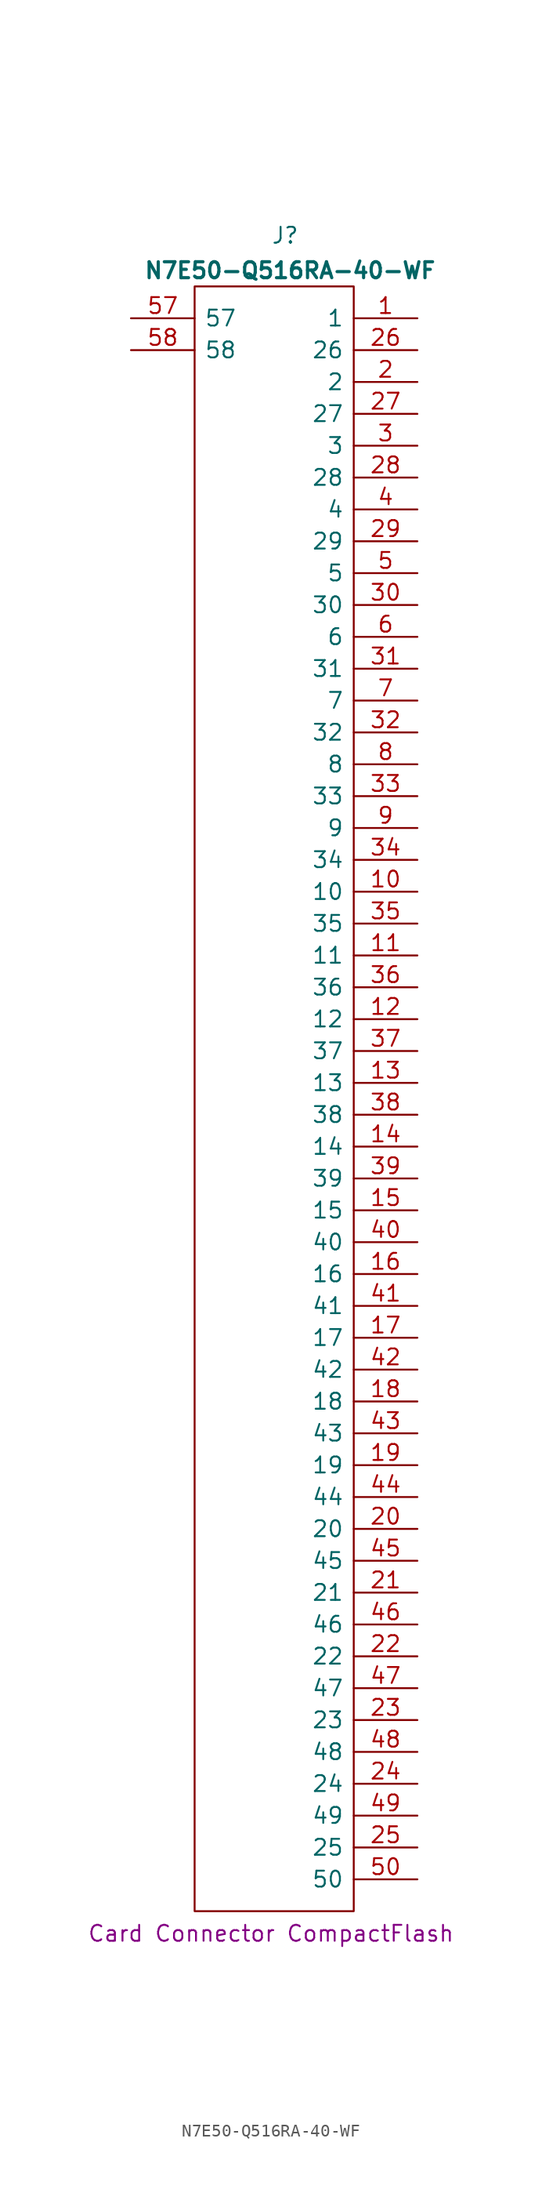
<source format=kicad_sym>
(kicad_symbol_lib
  (version 20231120)
  (generator "kicad_symbol_editor")
  (generator_version "8.0")
  (symbol "N7E50-Q516RA-40-WF"
    (pin_names
      (offset 0.762))
    (property "Reference" "J"
      (at 11.176 6.604 0)
      (effects (font (size 1.27 1.27)) (justify left)))
    (property "Value" "N7E50-Q516RA-40-WF"
      (at 12.7 3.81 0)
      (effects (font (size 1.27 1.27) (bold yes))))
    (property "Description" "Card Connector CompactFlash"
      (at 11.176 -128.778 0)
      (effects (font (size 1.27 1.27))))
    (symbol "N7E50-Q516RA-40-WF_0_0"
      (pin passive line (at 22.86 0 180) (length 5.08) (name "1" (effects (font (size 1.27 1.27)))) (number "1" (effects (font (size 1.27 1.27)))))
      (pin passive line (at 22.86 -45.72 180) (length 5.08) (name "10" (effects (font (size 1.27 1.27)))) (number "10" (effects (font (size 1.27 1.27)))))
      (pin passive line (at 22.86 -50.8 180) (length 5.08) (name "11" (effects (font (size 1.27 1.27)))) (number "11" (effects (font (size 1.27 1.27)))))
      (pin passive line (at 22.86 -55.88 180) (length 5.08) (name "12" (effects (font (size 1.27 1.27)))) (number "12" (effects (font (size 1.27 1.27)))))
      (pin passive line (at 22.86 -60.96 180) (length 5.08) (name "13" (effects (font (size 1.27 1.27)))) (number "13" (effects (font (size 1.27 1.27)))))
      (pin passive line (at 22.86 -66.04 180) (length 5.08) (name "14" (effects (font (size 1.27 1.27)))) (number "14" (effects (font (size 1.27 1.27)))))
      (pin passive line (at 22.86 -71.12 180) (length 5.08) (name "15" (effects (font (size 1.27 1.27)))) (number "15" (effects (font (size 1.27 1.27)))))
      (pin passive line (at 22.86 -76.2 180) (length 5.08) (name "16" (effects (font (size 1.27 1.27)))) (number "16" (effects (font (size 1.27 1.27)))))
      (pin passive line (at 22.86 -81.28 180) (length 5.08) (name "17" (effects (font (size 1.27 1.27)))) (number "17" (effects (font (size 1.27 1.27)))))
      (pin passive line (at 22.86 -86.36 180) (length 5.08) (name "18" (effects (font (size 1.27 1.27)))) (number "18" (effects (font (size 1.27 1.27)))))
      (pin passive line (at 22.86 -91.44 180) (length 5.08) (name "19" (effects (font (size 1.27 1.27)))) (number "19" (effects (font (size 1.27 1.27)))))
      (pin passive line (at 22.86 -5.08 180) (length 5.08) (name "2" (effects (font (size 1.27 1.27)))) (number "2" (effects (font (size 1.27 1.27)))))
      (pin passive line (at 22.86 -96.52 180) (length 5.08) (name "20" (effects (font (size 1.27 1.27)))) (number "20" (effects (font (size 1.27 1.27)))))
      (pin passive line (at 22.86 -101.6 180) (length 5.08) (name "21" (effects (font (size 1.27 1.27)))) (number "21" (effects (font (size 1.27 1.27)))))
      (pin passive line (at 22.86 -106.68 180) (length 5.08) (name "22" (effects (font (size 1.27 1.27)))) (number "22" (effects (font (size 1.27 1.27)))))
      (pin passive line (at 22.86 -111.76 180) (length 5.08) (name "23" (effects (font (size 1.27 1.27)))) (number "23" (effects (font (size 1.27 1.27)))))
      (pin passive line (at 22.86 -116.84 180) (length 5.08) (name "24" (effects (font (size 1.27 1.27)))) (number "24" (effects (font (size 1.27 1.27)))))
      (pin passive line (at 22.86 -121.92 180) (length 5.08) (name "25" (effects (font (size 1.27 1.27)))) (number "25" (effects (font (size 1.27 1.27)))))
      (pin passive line (at 22.86 -2.54 180) (length 5.08) (name "26" (effects (font (size 1.27 1.27)))) (number "26" (effects (font (size 1.27 1.27)))))
      (pin passive line (at 22.86 -7.62 180) (length 5.08) (name "27" (effects (font (size 1.27 1.27)))) (number "27" (effects (font (size 1.27 1.27)))))
      (pin passive line (at 22.86 -12.7 180) (length 5.08) (name "28" (effects (font (size 1.27 1.27)))) (number "28" (effects (font (size 1.27 1.27)))))
      (pin passive line (at 22.86 -17.78 180) (length 5.08) (name "29" (effects (font (size 1.27 1.27)))) (number "29" (effects (font (size 1.27 1.27)))))
      (pin passive line (at 22.86 -10.16 180) (length 5.08) (name "3" (effects (font (size 1.27 1.27)))) (number "3" (effects (font (size 1.27 1.27)))))
      (pin passive line (at 22.86 -22.86 180) (length 5.08) (name "30" (effects (font (size 1.27 1.27)))) (number "30" (effects (font (size 1.27 1.27)))))
      (pin passive line (at 22.86 -27.94 180) (length 5.08) (name "31" (effects (font (size 1.27 1.27)))) (number "31" (effects (font (size 1.27 1.27)))))
      (pin passive line (at 22.86 -33.02 180) (length 5.08) (name "32" (effects (font (size 1.27 1.27)))) (number "32" (effects (font (size 1.27 1.27)))))
      (pin passive line (at 22.86 -38.1 180) (length 5.08) (name "33" (effects (font (size 1.27 1.27)))) (number "33" (effects (font (size 1.27 1.27)))))
      (pin passive line (at 22.86 -43.18 180) (length 5.08) (name "34" (effects (font (size 1.27 1.27)))) (number "34" (effects (font (size 1.27 1.27)))))
      (pin passive line (at 22.86 -48.26 180) (length 5.08) (name "35" (effects (font (size 1.27 1.27)))) (number "35" (effects (font (size 1.27 1.27)))))
      (pin passive line (at 22.86 -53.34 180) (length 5.08) (name "36" (effects (font (size 1.27 1.27)))) (number "36" (effects (font (size 1.27 1.27)))))
      (pin passive line (at 22.86 -58.42 180) (length 5.08) (name "37" (effects (font (size 1.27 1.27)))) (number "37" (effects (font (size 1.27 1.27)))))
      (pin passive line (at 22.86 -63.5 180) (length 5.08) (name "38" (effects (font (size 1.27 1.27)))) (number "38" (effects (font (size 1.27 1.27)))))
      (pin passive line (at 22.86 -68.58 180) (length 5.08) (name "39" (effects (font (size 1.27 1.27)))) (number "39" (effects (font (size 1.27 1.27)))))
      (pin passive line (at 22.86 -15.24 180) (length 5.08) (name "4" (effects (font (size 1.27 1.27)))) (number "4" (effects (font (size 1.27 1.27)))))
      (pin passive line (at 22.86 -73.66 180) (length 5.08) (name "40" (effects (font (size 1.27 1.27)))) (number "40" (effects (font (size 1.27 1.27)))))
      (pin passive line (at 22.86 -78.74 180) (length 5.08) (name "41" (effects (font (size 1.27 1.27)))) (number "41" (effects (font (size 1.27 1.27)))))
      (pin passive line (at 22.86 -83.82 180) (length 5.08) (name "42" (effects (font (size 1.27 1.27)))) (number "42" (effects (font (size 1.27 1.27)))))
      (pin passive line (at 22.86 -88.9 180) (length 5.08) (name "43" (effects (font (size 1.27 1.27)))) (number "43" (effects (font (size 1.27 1.27)))))
      (pin passive line (at 22.86 -93.98 180) (length 5.08) (name "44" (effects (font (size 1.27 1.27)))) (number "44" (effects (font (size 1.27 1.27)))))
      (pin passive line (at 22.86 -99.06 180) (length 5.08) (name "45" (effects (font (size 1.27 1.27)))) (number "45" (effects (font (size 1.27 1.27)))))
      (pin passive line (at 22.86 -104.14 180) (length 5.08) (name "46" (effects (font (size 1.27 1.27)))) (number "46" (effects (font (size 1.27 1.27)))))
      (pin passive line (at 22.86 -109.22 180) (length 5.08) (name "47" (effects (font (size 1.27 1.27)))) (number "47" (effects (font (size 1.27 1.27)))))
      (pin passive line (at 22.86 -114.3 180) (length 5.08) (name "48" (effects (font (size 1.27 1.27)))) (number "48" (effects (font (size 1.27 1.27)))))
      (pin passive line (at 22.86 -119.38 180) (length 5.08) (name "49" (effects (font (size 1.27 1.27)))) (number "49" (effects (font (size 1.27 1.27)))))
      (pin passive line (at 22.86 -20.32 180) (length 5.08) (name "5" (effects (font (size 1.27 1.27)))) (number "5" (effects (font (size 1.27 1.27)))))
      (pin passive line (at 22.86 -124.46 180) (length 5.08) (name "50" (effects (font (size 1.27 1.27)))) (number "50" (effects (font (size 1.27 1.27)))))
      (pin passive line (at 0 0 0) (length 5.08) (name "57" (effects (font (size 1.27 1.27)))) (number "57" (effects (font (size 1.27 1.27)))))
      (pin passive line (at 0 -2.54 0) (length 5.08) (name "58" (effects (font (size 1.27 1.27)))) (number "58" (effects (font (size 1.27 1.27)))))
      (pin passive line (at 22.86 -25.4 180) (length 5.08) (name "6" (effects (font (size 1.27 1.27)))) (number "6" (effects (font (size 1.27 1.27)))))
      (pin passive line (at 22.86 -30.48 180) (length 5.08) (name "7" (effects (font (size 1.27 1.27)))) (number "7" (effects (font (size 1.27 1.27)))))
      (pin passive line (at 22.86 -35.56 180) (length 5.08) (name "8" (effects (font (size 1.27 1.27)))) (number "8" (effects (font (size 1.27 1.27)))))
      (pin passive line (at 22.86 -40.64 180) (length 5.08) (name "9" (effects (font (size 1.27 1.27)))) (number "9" (effects (font (size 1.27 1.27))))))
    (symbol "N7E50-Q516RA-40-WF_0_1"
      (polyline (pts (xy 5.08 2.54) (xy 17.78 2.54) (xy 17.78 -127) (xy 5.08 -127) (xy 5.08 2.54)) (stroke (width 0.152) (type solid)) (fill (type none))))))
</source>
